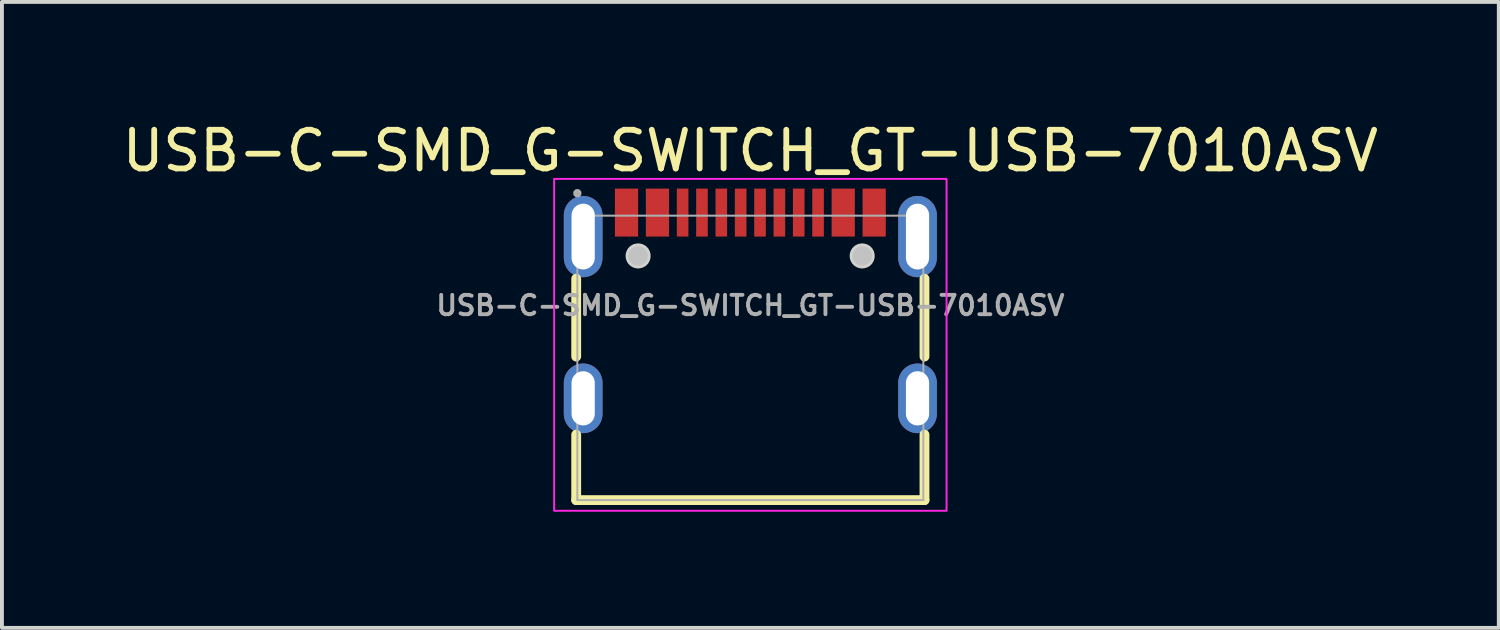
<source format=kicad_pcb>
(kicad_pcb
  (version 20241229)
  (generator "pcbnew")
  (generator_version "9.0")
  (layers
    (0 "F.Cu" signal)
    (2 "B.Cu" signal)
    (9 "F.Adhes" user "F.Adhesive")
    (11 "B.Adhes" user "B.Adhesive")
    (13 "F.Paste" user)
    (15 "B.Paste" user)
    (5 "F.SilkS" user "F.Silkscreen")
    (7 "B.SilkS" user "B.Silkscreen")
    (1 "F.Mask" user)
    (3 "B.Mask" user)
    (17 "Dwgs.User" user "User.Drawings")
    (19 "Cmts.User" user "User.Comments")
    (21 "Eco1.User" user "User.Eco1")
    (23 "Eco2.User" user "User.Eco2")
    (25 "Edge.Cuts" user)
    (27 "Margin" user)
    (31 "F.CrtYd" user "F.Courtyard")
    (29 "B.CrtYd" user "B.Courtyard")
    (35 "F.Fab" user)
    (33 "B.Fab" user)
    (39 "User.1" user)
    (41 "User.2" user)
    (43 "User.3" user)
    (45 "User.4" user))
  (footprint "USB-C-SMD_G-SWITCH_GT-USB-7010ASV"
    (layer "F.Cu")
    (at 16.339 4.843)
    (property "Reference" "USB-C-SMD_G-SWITCH_GT-USB-7010ASV" (at 0 -3.995 0) (layer "F.SilkS") (effects (font (size 1 1) (thickness 0.15))))
    (fp_line (start -4.5 1.321) (end -4.5 -0.692) (stroke (width 0.254) (type default)) (layer "F.SilkS"))
    (fp_line (start -4.5 5.03) (end -4.5 3.338) (stroke (width 0.254) (type default)) (layer "F.SilkS"))
    (fp_line (start 4.5 1.321) (end 4.5 -0.692) (stroke (width 0.254) (type default)) (layer "F.SilkS"))
    (fp_line (start 4.5 5.03) (end -4.5 5.03) (stroke (width 0.254) (type default)) (layer "F.SilkS"))
    (fp_line (start 4.5 5.03) (end 4.5 3.338) (stroke (width 0.254) (type default)) (layer "F.SilkS"))
    (fp_poly (pts (xy -3.5 -3.02) (xy -2.9 -3.02) (xy -2.9 -1.78) (xy -3.5 -1.78)) (stroke (width 0) (type default)) (fill yes) (layer "F.Paste"))
    (fp_poly (pts (xy -2.7 -3.02) (xy -2.1 -3.02) (xy -2.1 -1.78) (xy -2.7 -1.78)) (stroke (width 0) (type default)) (fill yes) (layer "F.Paste"))
    (fp_poly (pts (xy -1.9 -3.02) (xy -1.6 -3.02) (xy -1.6 -1.78) (xy -1.9 -1.78)) (stroke (width 0) (type default)) (fill yes) (layer "F.Paste"))
    (fp_poly (pts (xy -1.4 -3.02) (xy -1.1 -3.02) (xy -1.1 -1.78) (xy -1.4 -1.78)) (stroke (width 0) (type default)) (fill yes) (layer "F.Paste"))
    (fp_poly (pts (xy -0.9 -3.02) (xy -0.6 -3.02) (xy -0.6 -1.78) (xy -0.9 -1.78)) (stroke (width 0) (type default)) (fill yes) (layer "F.Paste"))
    (fp_poly (pts (xy -0.4 -3.02) (xy -0.1 -3.02) (xy -0.1 -1.78) (xy -0.4 -1.78)) (stroke (width 0) (type default)) (fill yes) (layer "F.Paste"))
    (fp_poly (pts (xy 0.1 -3.02) (xy 0.4 -3.02) (xy 0.4 -1.78) (xy 0.1 -1.78)) (stroke (width 0) (type default)) (fill yes) (layer "F.Paste"))
    (fp_poly (pts (xy 0.6 -3.02) (xy 0.9 -3.02) (xy 0.9 -1.78) (xy 0.6 -1.78)) (stroke (width 0) (type default)) (fill yes) (layer "F.Paste"))
    (fp_poly (pts (xy 1.1 -3.02) (xy 1.4 -3.02) (xy 1.4 -1.78) (xy 1.1 -1.78)) (stroke (width 0) (type default)) (fill yes) (layer "F.Paste"))
    (fp_poly (pts (xy 1.6 -3.02) (xy 1.9 -3.02) (xy 1.9 -1.78) (xy 1.6 -1.78)) (stroke (width 0) (type default)) (fill yes) (layer "F.Paste"))
    (fp_poly (pts (xy 2.1 -3.02) (xy 2.7 -3.02) (xy 2.7 -1.78) (xy 2.1 -1.78)) (stroke (width 0) (type default)) (fill yes) (layer "F.Paste"))
    (fp_poly (pts (xy 2.9 -3.02) (xy 3.5 -3.02) (xy 3.5 -1.78) (xy 2.9 -1.78)) (stroke (width 0) (type default)) (fill yes) (layer "F.Paste"))
    (fp_poly (pts (xy -4.282 -2.829) (xy -4.308 -2.83) (xy -4.332 -2.83) (xy -4.357 -2.829) (xy -4.382 -2.826) (xy -4.407 -2.822) (xy -4.431 -2.817) (xy -4.455 -2.812) (xy -4.479 -2.804) (xy -4.503 -2.796) (xy -4.526 -2.785) (xy -4.548 -2.775) (xy -4.57 -2.763) (xy -4.591 -2.75) (xy -4.612 -2.736) (xy -4.631 -2.721) (xy -4.651 -2.705) (xy -4.669 -2.688) (xy -4.686 -2.67) (xy -4.703 -2.651) (xy -4.718 -2.632) (xy -4.733 -2.611) (xy -4.747 -2.591) (xy -4.759 -2.569) (xy -4.771 -2.547) (xy -4.78 -2.524) (xy -4.79 -2.501) (xy -4.798 -2.478) (xy -4.804 -2.454) (xy -4.81 -2.429) (xy -4.814 -2.405) (xy -4.817 -2.38) (xy -4.819 -2.355) (xy -4.82 -2.33) (xy -4.82 -1.23) (xy -4.819 -1.205) (xy -4.817 -1.18) (xy -4.814 -1.155) (xy -4.81 -1.131) (xy -4.804 -1.107) (xy -4.798 -1.083) (xy -4.79 -1.059) (xy -4.78 -1.036) (xy -4.771 -1.013) (xy -4.759 -0.991) (xy -4.747 -0.97) (xy -4.733 -0.949) (xy -4.718 -0.928) (xy -4.703 -0.908) (xy -4.686 -0.89) (xy -4.669 -0.872) (xy -4.651 -0.855) (xy -4.631 -0.839) (xy -4.612 -0.824) (xy -4.591 -0.81) (xy -4.57 -0.797) (xy -4.548 -0.785) (xy -4.526 -0.774) (xy -4.503 -0.764) (xy -4.479 -0.756) (xy -4.455 -0.749) (xy -4.431 -0.743) (xy -4.407 -0.738) (xy -4.382 -0.734) (xy -4.357 -0.732) (xy -4.332 -0.73) (xy -4.308 -0.73) (xy -4.282 -0.732) (xy -4.258 -0.734) (xy -4.233 -0.738) (xy -4.209 -0.743) (xy -4.184 -0.749) (xy -4.161 -0.756) (xy -4.138 -0.764) (xy -4.114 -0.774) (xy -4.092 -0.785) (xy -4.07 -0.797) (xy -4.049 -0.81) (xy -4.028 -0.824) (xy -4.008 -0.839) (xy -3.989 -0.855) (xy -3.971 -0.872) (xy -3.954 -0.89) (xy -3.937 -0.908) (xy -3.921 -0.928) (xy -3.907 -0.949) (xy -3.893 -0.97) (xy -3.881 -0.991) (xy -3.869 -1.013) (xy -3.86 -1.036) (xy -3.85 -1.059) (xy -3.842 -1.083) (xy -3.836 -1.107) (xy -3.83 -1.131) (xy -3.825 -1.155) (xy -3.822 -1.18) (xy -3.821 -1.205) (xy -3.82 -1.23) (xy -3.82 -2.33) (xy -3.821 -2.355) (xy -3.822 -2.38) (xy -3.825 -2.405) (xy -3.83 -2.429) (xy -3.836 -2.454) (xy -3.842 -2.478) (xy -3.85 -2.501) (xy -3.86 -2.524) (xy -3.869 -2.547) (xy -3.881 -2.569) (xy -3.893 -2.591) (xy -3.907 -2.611) (xy -3.921 -2.632) (xy -3.937 -2.651) (xy -3.954 -2.67) (xy -3.971 -2.688) (xy -3.989 -2.705) (xy -4.008 -2.721) (xy -4.028 -2.736) (xy -4.049 -2.75) (xy -4.07 -2.763) (xy -4.092 -2.775) (xy -4.114 -2.785) (xy -4.138 -2.796) (xy -4.161 -2.804) (xy -4.184 -2.812) (xy -4.209 -2.817) (xy -4.233 -2.822) (xy -4.258 -2.826)) (stroke (width 0) (type default)) (fill yes) (layer "F.Paste"))
    (fp_poly (pts (xy -4.282 1.502) (xy -4.308 1.5) (xy -4.332 1.5) (xy -4.357 1.502) (xy -4.382 1.504) (xy -4.407 1.508) (xy -4.431 1.512) (xy -4.455 1.518) (xy -4.479 1.526) (xy -4.503 1.534) (xy -4.526 1.544) (xy -4.548 1.555) (xy -4.57 1.567) (xy -4.591 1.58) (xy -4.612 1.594) (xy -4.631 1.609) (xy -4.651 1.625) (xy -4.669 1.642) (xy -4.686 1.66) (xy -4.703 1.679) (xy -4.718 1.698) (xy -4.733 1.718) (xy -4.747 1.74) (xy -4.759 1.761) (xy -4.771 1.783) (xy -4.78 1.806) (xy -4.79 1.829) (xy -4.798 1.853) (xy -4.804 1.877) (xy -4.81 1.901) (xy -4.814 1.925) (xy -4.817 1.95) (xy -4.819 1.975) (xy -4.82 2) (xy -4.82 2.8) (xy -4.819 2.825) (xy -4.817 2.85) (xy -4.814 2.874) (xy -4.81 2.899) (xy -4.804 2.924) (xy -4.798 2.947) (xy -4.79 2.971) (xy -4.78 2.994) (xy -4.771 3.017) (xy -4.759 3.039) (xy -4.747 3.061) (xy -4.733 3.082) (xy -4.718 3.102) (xy -4.703 3.122) (xy -4.686 3.14) (xy -4.669 3.158) (xy -4.651 3.175) (xy -4.631 3.191) (xy -4.612 3.206) (xy -4.591 3.22) (xy -4.57 3.233) (xy -4.548 3.245) (xy -4.526 3.256) (xy -4.503 3.265) (xy -4.479 3.274) (xy -4.455 3.281) (xy -4.431 3.288) (xy -4.407 3.292) (xy -4.382 3.296) (xy -4.357 3.299) (xy -4.332 3.3) (xy -4.308 3.3) (xy -4.282 3.299) (xy -4.258 3.296) (xy -4.233 3.292) (xy -4.209 3.288) (xy -4.184 3.281) (xy -4.161 3.274) (xy -4.138 3.265) (xy -4.114 3.256) (xy -4.092 3.245) (xy -4.07 3.233) (xy -4.049 3.22) (xy -4.028 3.206) (xy -4.008 3.191) (xy -3.989 3.175) (xy -3.971 3.158) (xy -3.954 3.14) (xy -3.937 3.122) (xy -3.921 3.102) (xy -3.907 3.082) (xy -3.893 3.061) (xy -3.881 3.039) (xy -3.869 3.017) (xy -3.86 2.994) (xy -3.85 2.971) (xy -3.842 2.947) (xy -3.836 2.924) (xy -3.83 2.899) (xy -3.825 2.874) (xy -3.822 2.85) (xy -3.821 2.825) (xy -3.82 2.8) (xy -3.82 2) (xy -3.821 1.975) (xy -3.822 1.95) (xy -3.825 1.925) (xy -3.83 1.901) (xy -3.836 1.877) (xy -3.842 1.853) (xy -3.85 1.829) (xy -3.86 1.806) (xy -3.869 1.783) (xy -3.881 1.761) (xy -3.893 1.74) (xy -3.907 1.718) (xy -3.921 1.698) (xy -3.937 1.679) (xy -3.954 1.66) (xy -3.971 1.642) (xy -3.989 1.625) (xy -4.008 1.609) (xy -4.028 1.594) (xy -4.049 1.58) (xy -4.07 1.567) (xy -4.092 1.555) (xy -4.114 1.544) (xy -4.138 1.534) (xy -4.161 1.526) (xy -4.184 1.518) (xy -4.209 1.512) (xy -4.233 1.508) (xy -4.258 1.504)) (stroke (width 0) (type default)) (fill yes) (layer "F.Paste"))
    (fp_poly (pts (xy 4.357 -2.829) (xy 4.332 -2.83) (xy 4.308 -2.83) (xy 4.282 -2.829) (xy 4.258 -2.826) (xy 4.234 -2.822) (xy 4.209 -2.817) (xy 4.184 -2.812) (xy 4.161 -2.804) (xy 4.138 -2.796) (xy 4.114 -2.785) (xy 4.092 -2.775) (xy 4.07 -2.763) (xy 4.049 -2.75) (xy 4.028 -2.736) (xy 4.008 -2.721) (xy 3.989 -2.705) (xy 3.971 -2.688) (xy 3.954 -2.67) (xy 3.937 -2.651) (xy 3.921 -2.632) (xy 3.907 -2.611) (xy 3.893 -2.591) (xy 3.881 -2.569) (xy 3.869 -2.547) (xy 3.86 -2.524) (xy 3.85 -2.501) (xy 3.842 -2.478) (xy 3.836 -2.454) (xy 3.83 -2.429) (xy 3.825 -2.405) (xy 3.822 -2.38) (xy 3.821 -2.355) (xy 3.82 -2.33) (xy 3.82 -1.23) (xy 3.821 -1.205) (xy 3.822 -1.18) (xy 3.825 -1.155) (xy 3.83 -1.131) (xy 3.836 -1.107) (xy 3.842 -1.083) (xy 3.85 -1.059) (xy 3.86 -1.036) (xy 3.869 -1.013) (xy 3.881 -0.991) (xy 3.893 -0.97) (xy 3.907 -0.949) (xy 3.921 -0.928) (xy 3.937 -0.908) (xy 3.954 -0.89) (xy 3.971 -0.872) (xy 3.989 -0.855) (xy 4.008 -0.839) (xy 4.028 -0.824) (xy 4.049 -0.81) (xy 4.07 -0.797) (xy 4.092 -0.785) (xy 4.114 -0.774) (xy 4.138 -0.764) (xy 4.161 -0.756) (xy 4.184 -0.749) (xy 4.209 -0.743) (xy 4.234 -0.738) (xy 4.258 -0.734) (xy 4.282 -0.732) (xy 4.308 -0.73) (xy 4.332 -0.73) (xy 4.357 -0.732) (xy 4.382 -0.734) (xy 4.407 -0.738) (xy 4.431 -0.743) (xy 4.455 -0.749) (xy 4.479 -0.756) (xy 4.503 -0.764) (xy 4.526 -0.774) (xy 4.548 -0.785) (xy 4.57 -0.797) (xy 4.591 -0.81) (xy 4.612 -0.824) (xy 4.632 -0.839) (xy 4.651 -0.855) (xy 4.669 -0.872) (xy 4.686 -0.89) (xy 4.703 -0.908) (xy 4.718 -0.928) (xy 4.733 -0.949) (xy 4.747 -0.97) (xy 4.759 -0.991) (xy 4.771 -1.013) (xy 4.781 -1.036) (xy 4.79 -1.059) (xy 4.798 -1.083) (xy 4.804 -1.107) (xy 4.81 -1.131) (xy 4.814 -1.155) (xy 4.817 -1.18) (xy 4.819 -1.205) (xy 4.82 -1.23) (xy 4.82 -2.33) (xy 4.819 -2.355) (xy 4.817 -2.38) (xy 4.814 -2.405) (xy 4.81 -2.429) (xy 4.804 -2.454) (xy 4.798 -2.478) (xy 4.79 -2.501) (xy 4.781 -2.524) (xy 4.771 -2.547) (xy 4.759 -2.569) (xy 4.747 -2.591) (xy 4.733 -2.611) (xy 4.718 -2.632) (xy 4.703 -2.651) (xy 4.686 -2.67) (xy 4.669 -2.688) (xy 4.651 -2.705) (xy 4.632 -2.721) (xy 4.612 -2.736) (xy 4.591 -2.75) (xy 4.57 -2.763) (xy 4.548 -2.775) (xy 4.526 -2.785) (xy 4.503 -2.796) (xy 4.479 -2.804) (xy 4.455 -2.812) (xy 4.431 -2.817) (xy 4.407 -2.822) (xy 4.382 -2.826)) (stroke (width 0) (type default)) (fill yes) (layer "F.Paste"))
    (fp_poly (pts (xy 4.357 1.502) (xy 4.332 1.5) (xy 4.308 1.5) (xy 4.282 1.502) (xy 4.258 1.504) (xy 4.234 1.508) (xy 4.209 1.512) (xy 4.184 1.518) (xy 4.161 1.526) (xy 4.138 1.534) (xy 4.114 1.544) (xy 4.092 1.555) (xy 4.07 1.567) (xy 4.049 1.58) (xy 4.028 1.594) (xy 4.008 1.609) (xy 3.989 1.625) (xy 3.971 1.642) (xy 3.954 1.66) (xy 3.937 1.679) (xy 3.921 1.698) (xy 3.907 1.718) (xy 3.893 1.74) (xy 3.881 1.761) (xy 3.869 1.783) (xy 3.86 1.806) (xy 3.85 1.829) (xy 3.842 1.853) (xy 3.836 1.877) (xy 3.83 1.901) (xy 3.825 1.925) (xy 3.822 1.95) (xy 3.821 1.975) (xy 3.82 2) (xy 3.82 2.8) (xy 3.821 2.825) (xy 3.822 2.85) (xy 3.825 2.874) (xy 3.83 2.899) (xy 3.836 2.924) (xy 3.842 2.947) (xy 3.85 2.971) (xy 3.86 2.994) (xy 3.869 3.017) (xy 3.881 3.039) (xy 3.893 3.061) (xy 3.907 3.082) (xy 3.921 3.102) (xy 3.937 3.122) (xy 3.954 3.14) (xy 3.971 3.158) (xy 3.989 3.175) (xy 4.008 3.191) (xy 4.028 3.206) (xy 4.049 3.22) (xy 4.07 3.233) (xy 4.092 3.245) (xy 4.114 3.256) (xy 4.138 3.265) (xy 4.161 3.274) (xy 4.184 3.281) (xy 4.209 3.288) (xy 4.234 3.292) (xy 4.258 3.296) (xy 4.282 3.299) (xy 4.308 3.3) (xy 4.332 3.3) (xy 4.357 3.299) (xy 4.382 3.296) (xy 4.407 3.292) (xy 4.431 3.288) (xy 4.455 3.281) (xy 4.479 3.274) (xy 4.503 3.265) (xy 4.526 3.256) (xy 4.548 3.245) (xy 4.57 3.233) (xy 4.591 3.22) (xy 4.612 3.206) (xy 4.632 3.191) (xy 4.651 3.175) (xy 4.669 3.158) (xy 4.686 3.14) (xy 4.703 3.122) (xy 4.718 3.102) (xy 4.733 3.082) (xy 4.747 3.061) (xy 4.759 3.039) (xy 4.771 3.017) (xy 4.781 2.994) (xy 4.79 2.971) (xy 4.798 2.947) (xy 4.804 2.924) (xy 4.81 2.899) (xy 4.814 2.874) (xy 4.817 2.85) (xy 4.819 2.825) (xy 4.82 2.8) (xy 4.82 2) (xy 4.819 1.975) (xy 4.817 1.95) (xy 4.814 1.925) (xy 4.81 1.901) (xy 4.804 1.877) (xy 4.798 1.853) (xy 4.79 1.829) (xy 4.781 1.806) (xy 4.771 1.783) (xy 4.759 1.761) (xy 4.747 1.74) (xy 4.733 1.718) (xy 4.718 1.698) (xy 4.703 1.679) (xy 4.686 1.66) (xy 4.669 1.642) (xy 4.651 1.625) (xy 4.632 1.609) (xy 4.612 1.594) (xy 4.591 1.58) (xy 4.57 1.567) (xy 4.548 1.555) (xy 4.526 1.544) (xy 4.503 1.534) (xy 4.479 1.526) (xy 4.455 1.518) (xy 4.431 1.512) (xy 4.407 1.508) (xy 4.382 1.504)) (stroke (width 0) (type default)) (fill yes) (layer "F.Paste"))
    (fp_circle (center -2.9 -1.28) (end -2.775 -1.28) (stroke (width 0.25) (type default)) (fill no) (layer "Dwgs.User"))
    (fp_circle (center 2.89 -1.28) (end 3.015 -1.28) (stroke (width 0.25) (type default)) (fill no) (layer "Dwgs.User"))
    (fp_poly (pts (xy -2.578 -1.322) (xy -2.6 -1.404) (xy -2.642 -1.478) (xy -2.702 -1.538) (xy -2.776 -1.58) (xy -2.858 -1.602) (xy -2.942 -1.602) (xy -3.024 -1.58) (xy -3.098 -1.538) (xy -3.158 -1.478) (xy -3.2 -1.404) (xy -3.222 -1.322) (xy -3.222 -1.238) (xy -3.2 -1.156) (xy -3.158 -1.082) (xy -3.098 -1.022) (xy -3.024 -0.98) (xy -2.942 -0.958) (xy -2.858 -0.958) (xy -2.776 -0.98) (xy -2.702 -1.022) (xy -2.642 -1.082) (xy -2.6 -1.156) (xy -2.578 -1.238)) (stroke (width 0) (type default)) (fill yes) (layer "Edge.Cuts"))
    (fp_poly (pts (xy 3.212 -1.322) (xy 3.19 -1.404) (xy 3.148 -1.478) (xy 3.088 -1.538) (xy 3.014 -1.58) (xy 2.932 -1.602) (xy 2.848 -1.602) (xy 2.766 -1.58) (xy 2.692 -1.538) (xy 2.632 -1.478) (xy 2.59 -1.404) (xy 2.568 -1.322) (xy 2.568 -1.238) (xy 2.59 -1.156) (xy 2.632 -1.082) (xy 2.692 -1.022) (xy 2.766 -0.98) (xy 2.848 -0.958) (xy 2.932 -0.958) (xy 3.014 -0.98) (xy 3.088 -1.022) (xy 3.148 -1.082) (xy 3.19 -1.156) (xy 3.212 -1.238)) (stroke (width 0) (type default)) (fill yes) (layer "Edge.Cuts"))
    (fp_rect (start -5.07 -3.27) (end 5.07 5.306) (stroke (width 0.05) (type default)) (fill no) (layer "F.CrtYd"))
    (fp_line (start -4.47 -2.32) (end 4.47 -2.32) (stroke (width 0.051) (type default)) (layer "F.Fab"))
    (fp_line (start -4.47 5.03) (end -4.47 -2.32) (stroke (width 0.051) (type default)) (layer "F.Fab"))
    (fp_line (start 4.47 -2.32) (end 4.47 5.03) (stroke (width 0.051) (type default)) (layer "F.Fab"))
    (fp_line (start 4.47 5.03) (end -4.47 5.03) (stroke (width 0.051) (type default)) (layer "F.Fab"))
    (fp_poly (pts (xy -4.415 -2.923) (xy -4.447 -2.955) (xy -4.493 -2.955) (xy -4.525 -2.923) (xy -4.525 -2.877) (xy -4.493 -2.845) (xy -4.447 -2.845) (xy -4.415 -2.877)) (stroke (width 0.1) (type default)) (fill no) (layer "F.Fab"))
    (fp_poly (pts (xy -4.47 -2.33) (xy -4.17 -2.33) (xy -4.17 -1.23) (xy -4.47 -1.23)) (stroke (width 0.1) (type default)) (fill no) (layer "User.1"))
    (fp_poly (pts (xy -4.47 2) (xy -4.17 2) (xy -4.17 2.8) (xy -4.47 2.8)) (stroke (width 0.1) (type default)) (fill no) (layer "User.1"))
    (fp_poly (pts (xy -3.43 -2.9) (xy -2.97 -2.9) (xy -2.97 -2.1) (xy -3.43 -2.1)) (stroke (width 0.1) (type default)) (fill no) (layer "User.1"))
    (fp_poly (pts (xy -2.63 -2.9) (xy -2.17 -2.9) (xy -2.17 -2.1) (xy -2.63 -2.1)) (stroke (width 0.1) (type default)) (fill no) (layer "User.1"))
    (fp_poly (pts (xy -1.87 -2.9) (xy -1.63 -2.9) (xy -1.63 -2.1) (xy -1.87 -2.1)) (stroke (width 0.1) (type default)) (fill no) (layer "User.1"))
    (fp_poly (pts (xy -1.37 -2.9) (xy -1.13 -2.9) (xy -1.13 -2.1) (xy -1.37 -2.1)) (stroke (width 0.1) (type default)) (fill no) (layer "User.1"))
    (fp_poly (pts (xy -0.87 -2.9) (xy -0.63 -2.9) (xy -0.63 -2.1) (xy -0.87 -2.1)) (stroke (width 0.1) (type default)) (fill no) (layer "User.1"))
    (fp_poly (pts (xy -0.37 -2.9) (xy -0.13 -2.9) (xy -0.13 -2.1) (xy -0.37 -2.1)) (stroke (width 0.1) (type default)) (fill no) (layer "User.1"))
    (fp_poly (pts (xy 0.13 -2.9) (xy 0.37 -2.9) (xy 0.37 -2.1) (xy 0.13 -2.1)) (stroke (width 0.1) (type default)) (fill no) (layer "User.1"))
    (fp_poly (pts (xy 0.63 -2.9) (xy 0.87 -2.9) (xy 0.87 -2.1) (xy 0.63 -2.1)) (stroke (width 0.1) (type default)) (fill no) (layer "User.1"))
    (fp_poly (pts (xy 1.13 -2.9) (xy 1.37 -2.9) (xy 1.37 -2.1) (xy 1.13 -2.1)) (stroke (width 0.1) (type default)) (fill no) (layer "User.1"))
    (fp_poly (pts (xy 1.63 -2.9) (xy 1.87 -2.9) (xy 1.87 -2.1) (xy 1.63 -2.1)) (stroke (width 0.1) (type default)) (fill no) (layer "User.1"))
    (fp_poly (pts (xy 2.17 -2.9) (xy 2.63 -2.9) (xy 2.63 -2.1) (xy 2.17 -2.1)) (stroke (width 0.1) (type default)) (fill no) (layer "User.1"))
    (fp_poly (pts (xy 2.97 -2.9) (xy 3.43 -2.9) (xy 3.43 -2.1) (xy 2.97 -2.1)) (stroke (width 0.1) (type default)) (fill no) (layer "User.1"))
    (fp_poly (pts (xy 4.17 -2.33) (xy 4.47 -2.33) (xy 4.47 -1.23) (xy 4.17 -1.23)) (stroke (width 0.1) (type default)) (fill no) (layer "User.1"))
    (fp_poly (pts (xy 4.17 2) (xy 4.47 2) (xy 4.47 2.8) (xy 4.17 2.8)) (stroke (width 0.1) (type default)) (fill no) (layer "User.1"))
    (fp_text user "${REFERENCE}" (at 0 0 0) (layer "F.Fab") (effects (font (size 0.5 0.5) (thickness 0.1))))
    (pad "A1" smd rect (at -3.2 -2.4) (size 0.6 1.24) (layers "F.Cu" "F.Mask" "F.Paste"))
    (pad "A1" smd rect (at 3.2 -2.4) (size 0.6 1.24) (layers "F.Cu" "F.Mask" "F.Paste"))
    (pad "A4" smd rect (at -2.4 -2.4) (size 0.6 1.24) (layers "F.Cu" "F.Mask" "F.Paste"))
    (pad "A4" smd rect (at 2.4 -2.4) (size 0.6 1.24) (layers "F.Cu" "F.Mask" "F.Paste"))
    (pad "A5" smd rect (at -1.25 -2.4) (size 0.3 1.24) (layers "F.Cu" "F.Mask" "F.Paste"))
    (pad "A6" smd rect (at -0.25 -2.4) (size 0.3 1.24) (layers "F.Cu" "F.Mask" "F.Paste"))
    (pad "A7" smd rect (at 0.25 -2.4) (size 0.3 1.24) (layers "F.Cu" "F.Mask" "F.Paste"))
    (pad "A8" smd rect (at 1.25 -2.4) (size 0.3 1.24) (layers "F.Cu" "F.Mask" "F.Paste"))
    (pad "B5" smd rect (at 1.75 -2.4) (size 0.3 1.24) (layers "F.Cu" "F.Mask" "F.Paste"))
    (pad "B6" smd rect (at 0.75 -2.4) (size 0.3 1.24) (layers "F.Cu" "F.Mask" "F.Paste"))
    (pad "B7" smd rect (at -0.75 -2.4) (size 0.3 1.24) (layers "F.Cu" "F.Mask" "F.Paste"))
    (pad "B8" smd rect (at -1.75 -2.4) (size 0.3 1.24) (layers "F.Cu" "F.Mask" "F.Paste"))
    (pad "S1" thru_hole oval (at -4.32 -1.78) (size 1 2.1) (drill oval 0.6 1.7) (layers "*.Cu" "*.Mask"))
    (pad "S1" thru_hole oval (at -4.32 2.4) (size 1 1.8) (drill oval 0.6 1.4) (layers "*.Cu" "*.Mask"))
    (pad "S1" thru_hole oval (at 4.32 -1.78) (size 1 2.1) (drill oval 0.6 1.7) (layers "*.Cu" "*.Mask"))
    (pad "S1" thru_hole oval (at 4.32 2.4) (size 1 1.8) (drill oval 0.6 1.4) (layers "*.Cu" "*.Mask")))
  (gr_rect
    (start -3 -3)
    (end 35.679 13.174)
    (stroke (width 0.1) (type default))
    (fill no)
    (layer "Edge.Cuts")))
</source>
